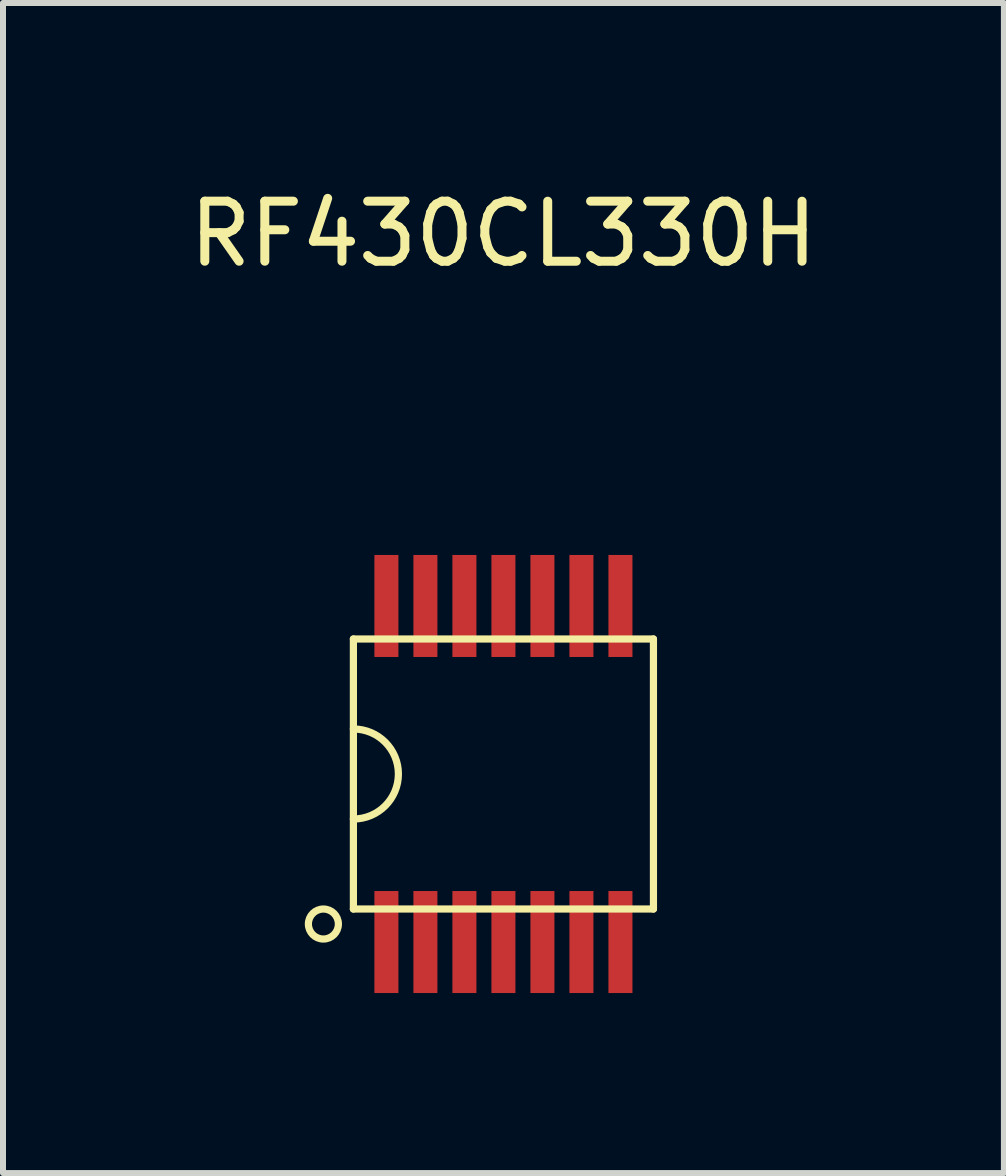
<source format=kicad_pcb>
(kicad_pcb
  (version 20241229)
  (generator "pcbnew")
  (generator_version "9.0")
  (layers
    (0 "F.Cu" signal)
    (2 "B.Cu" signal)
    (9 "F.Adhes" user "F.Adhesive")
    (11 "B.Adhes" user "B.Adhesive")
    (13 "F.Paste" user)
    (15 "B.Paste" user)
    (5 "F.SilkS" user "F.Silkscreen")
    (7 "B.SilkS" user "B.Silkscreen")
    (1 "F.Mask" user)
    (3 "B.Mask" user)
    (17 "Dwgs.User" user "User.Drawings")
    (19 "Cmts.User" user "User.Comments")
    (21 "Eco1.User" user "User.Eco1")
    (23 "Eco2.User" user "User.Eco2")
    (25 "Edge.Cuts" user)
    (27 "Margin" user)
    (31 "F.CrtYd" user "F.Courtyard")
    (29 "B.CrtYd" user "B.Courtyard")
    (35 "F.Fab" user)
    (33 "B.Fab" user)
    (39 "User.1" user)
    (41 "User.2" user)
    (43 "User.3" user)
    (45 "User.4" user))
  (footprint "RF430CL330H"
    (layer "F.Cu")
    (at 5.339 9.848)
    (property "Reference" "RF430CL330H" (at 0 -9 0) (layer "F.SilkS") (effects (font (size 1 1) (thickness 0.15))))
    (attr through_hole)
    (fp_line (start -2.5 -2.25) (end -2.5 2.25) (stroke (width 0.12) (type solid)) (layer "F.SilkS"))
    (fp_line (start -2.5 2.25) (end 2.5 2.25) (stroke (width 0.12) (type solid)) (layer "F.SilkS"))
    (fp_line (start 2.5 -2.25) (end -2.5 -2.25) (stroke (width 0.12) (type solid)) (layer "F.SilkS"))
    (fp_line (start 2.5 2.25) (end 2.5 -2.25) (stroke (width 0.12) (type solid)) (layer "F.SilkS"))
    (fp_arc (start -2.5 -0.75) (mid -1.75 0) (end -2.5 0.75) (stroke (width 0.12) (type solid)) (layer "F.SilkS"))
    (fp_circle (center -3 2.5) (end -3 2.75) (stroke (width 0.12) (type solid)) (fill no) (layer "F.SilkS"))
    (pad "1" smd rect (at -1.95 2.8 90) (size 1.7 0.4) (layers "F.Cu" "F.Mask" "F.Paste"))
    (pad "2" smd rect (at -1.3 2.8 90) (size 1.7 0.4) (layers "F.Cu" "F.Mask" "F.Paste"))
    (pad "3" smd rect (at -0.65 2.8 90) (size 1.7 0.4) (layers "F.Cu" "F.Mask" "F.Paste"))
    (pad "4" smd rect (at 0 2.8 90) (size 1.7 0.4) (layers "F.Cu" "F.Mask" "F.Paste"))
    (pad "5" smd rect (at 0.65 2.8 90) (size 1.7 0.4) (layers "F.Cu" "F.Mask" "F.Paste"))
    (pad "6" smd rect (at 1.3 2.8 90) (size 1.7 0.4) (layers "F.Cu" "F.Mask" "F.Paste"))
    (pad "7" smd rect (at 1.95 2.8 90) (size 1.7 0.4) (layers "F.Cu" "F.Mask" "F.Paste"))
    (pad "8" smd rect (at 1.95 -2.8 90) (size 1.7 0.4) (layers "F.Cu" "F.Mask" "F.Paste"))
    (pad "9" smd rect (at 1.3 -2.8 90) (size 1.7 0.4) (layers "F.Cu" "F.Mask" "F.Paste"))
    (pad "10" smd rect (at 0.65 -2.8 90) (size 1.7 0.4) (layers "F.Cu" "F.Mask" "F.Paste"))
    (pad "11" smd rect (at 0 -2.8 90) (size 1.7 0.4) (layers "F.Cu" "F.Mask" "F.Paste"))
    (pad "12" smd rect (at -0.65 -2.8 90) (size 1.7 0.4) (layers "F.Cu" "F.Mask" "F.Paste"))
    (pad "13" smd rect (at -1.3 -2.8 90) (size 1.7 0.4) (layers "F.Cu" "F.Mask" "F.Paste"))
    (pad "14" smd rect (at -1.95 -2.8 90) (size 1.7 0.4) (layers "F.Cu" "F.Mask" "F.Paste")))
  (gr_rect
    (start -3 -3)
    (end 13.679 16.498)
    (stroke (width 0.1) (type default))
    (fill no)
    (layer "Edge.Cuts")))
</source>
